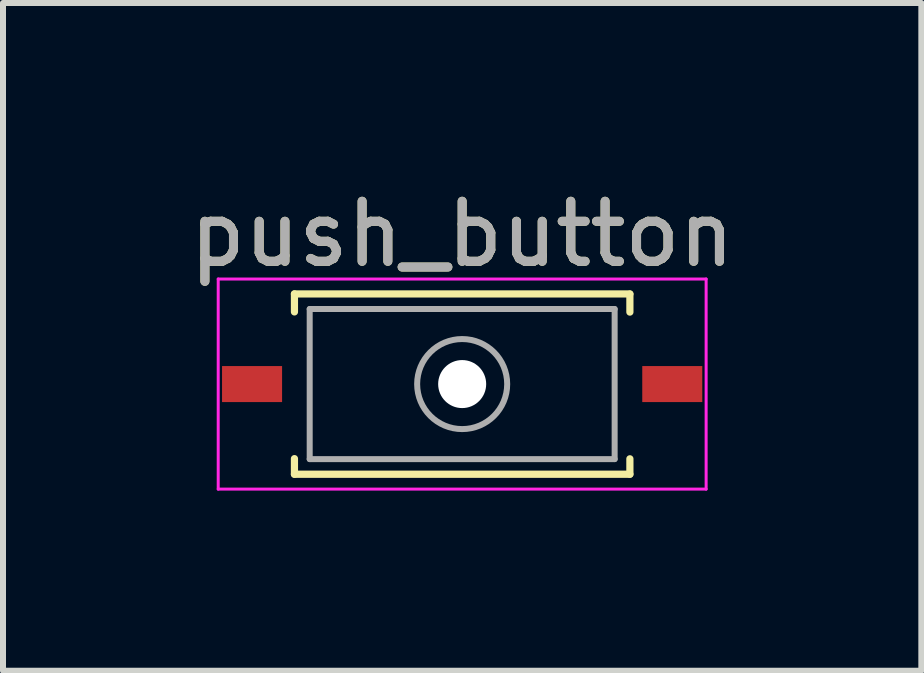
<source format=kicad_pcb>
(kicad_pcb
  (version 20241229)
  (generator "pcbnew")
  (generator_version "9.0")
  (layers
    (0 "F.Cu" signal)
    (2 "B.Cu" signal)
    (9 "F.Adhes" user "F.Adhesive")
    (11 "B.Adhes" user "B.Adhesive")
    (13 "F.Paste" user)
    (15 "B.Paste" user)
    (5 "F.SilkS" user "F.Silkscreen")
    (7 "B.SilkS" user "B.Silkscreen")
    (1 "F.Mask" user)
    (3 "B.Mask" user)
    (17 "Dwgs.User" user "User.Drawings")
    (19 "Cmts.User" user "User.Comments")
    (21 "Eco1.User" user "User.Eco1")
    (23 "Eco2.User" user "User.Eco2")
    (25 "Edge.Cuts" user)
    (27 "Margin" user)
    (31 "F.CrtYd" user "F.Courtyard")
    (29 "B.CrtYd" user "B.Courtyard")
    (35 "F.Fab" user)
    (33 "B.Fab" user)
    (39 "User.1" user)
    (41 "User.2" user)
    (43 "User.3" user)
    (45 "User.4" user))
  (footprint "push_button"
    (layer "F.Cu")
    (at 4.649 3.348)
    (property "Reference" "push_button" (at 0 -2.5 0) (layer "F.SilkS") (effects (font (size 1 1) (thickness 0.15))))
    (attr smd)
    (fp_line (start -2.794 -1.502) (end 2.794 -1.502) (stroke (width 0.12) (type solid)) (layer "F.SilkS"))
    (fp_line (start -2.794 -1.202) (end -2.794 -1.502) (stroke (width 0.12) (type solid)) (layer "F.SilkS"))
    (fp_line (start -2.794 1.502) (end -2.794 1.242) (stroke (width 0.12) (type solid)) (layer "F.SilkS"))
    (fp_line (start 2.794 -1.499) (end 2.794 -1.199) (stroke (width 0.12) (type solid)) (layer "F.SilkS"))
    (fp_line (start 2.794 1.245) (end 2.794 1.502) (stroke (width 0.12) (type solid)) (layer "F.SilkS"))
    (fp_line (start 2.794 1.502) (end -2.794 1.502) (stroke (width 0.12) (type solid)) (layer "F.SilkS"))
    (fp_line (start -4.064 1.75) (end -4.064 -1.75) (stroke (width 0.05) (type solid)) (layer "F.CrtYd"))
    (fp_line (start -4.064 1.75) (end 4.064 1.75) (stroke (width 0.05) (type solid)) (layer "F.CrtYd"))
    (fp_line (start 4.064 -1.75) (end -4.064 -1.75) (stroke (width 0.05) (type solid)) (layer "F.CrtYd"))
    (fp_line (start 4.064 1.75) (end 4.064 -1.75) (stroke (width 0.05) (type solid)) (layer "F.CrtYd"))
    (fp_line (start -2.54 -1.25) (end 2.54 -1.25) (stroke (width 0.1) (type solid)) (layer "F.Fab"))
    (fp_line (start -2.54 1.25) (end -2.54 -1.25) (stroke (width 0.1) (type solid)) (layer "F.Fab"))
    (fp_line (start 2.54 -1.25) (end 2.54 1.25) (stroke (width 0.1) (type solid)) (layer "F.Fab"))
    (fp_line (start 2.54 1.25) (end -2.54 1.25) (stroke (width 0.1) (type solid)) (layer "F.Fab"))
    (fp_circle (center 0 0) (end 0.75 0) (stroke (width 0.1) (type solid)) (fill no) (layer "F.Fab"))
    (fp_text user "${REFERENCE}" (at 0 -2.5 0) (layer "F.Fab") (effects (font (size 1 1) (thickness 0.15))))
    (pad "" np_thru_hole circle (at 0 0) (size 0.8 0.8) (drill 0.8) (layers "*.Cu" "*.Mask"))
    (pad "1" smd rect (at -3.5 0) (size 1 0.6) (layers "F.Cu" "F.Mask" "F.Paste"))
    (pad "2" smd rect (at 3.5 0) (size 1 0.6) (layers "F.Cu" "F.Mask" "F.Paste")))
  (gr_rect
    (start -3 -3)
    (end 12.298 8.123)
    (stroke (width 0.1) (type default))
    (fill no)
    (layer "Edge.Cuts")))
</source>
